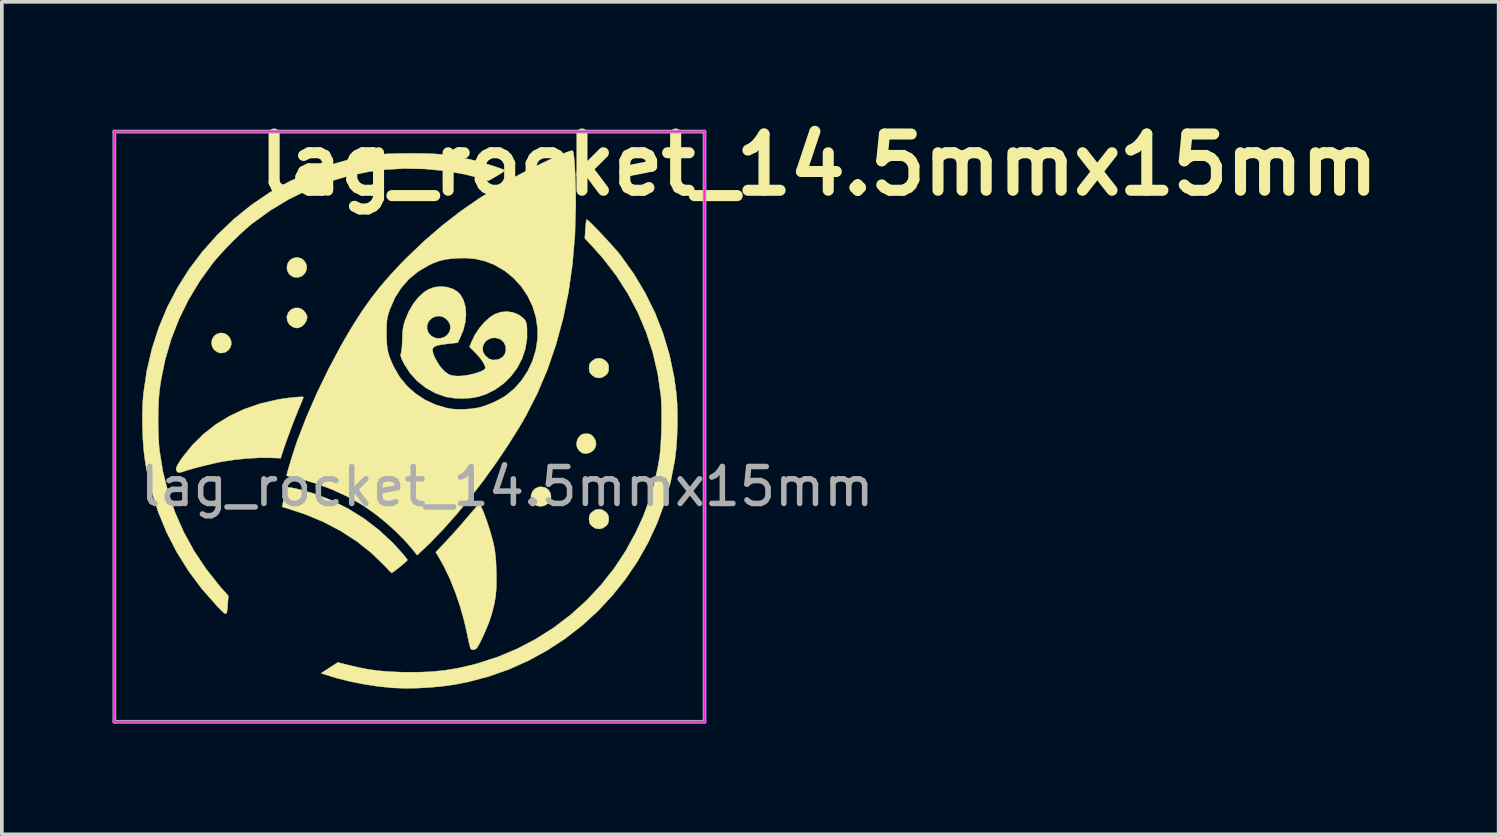
<source format=kicad_pcb>
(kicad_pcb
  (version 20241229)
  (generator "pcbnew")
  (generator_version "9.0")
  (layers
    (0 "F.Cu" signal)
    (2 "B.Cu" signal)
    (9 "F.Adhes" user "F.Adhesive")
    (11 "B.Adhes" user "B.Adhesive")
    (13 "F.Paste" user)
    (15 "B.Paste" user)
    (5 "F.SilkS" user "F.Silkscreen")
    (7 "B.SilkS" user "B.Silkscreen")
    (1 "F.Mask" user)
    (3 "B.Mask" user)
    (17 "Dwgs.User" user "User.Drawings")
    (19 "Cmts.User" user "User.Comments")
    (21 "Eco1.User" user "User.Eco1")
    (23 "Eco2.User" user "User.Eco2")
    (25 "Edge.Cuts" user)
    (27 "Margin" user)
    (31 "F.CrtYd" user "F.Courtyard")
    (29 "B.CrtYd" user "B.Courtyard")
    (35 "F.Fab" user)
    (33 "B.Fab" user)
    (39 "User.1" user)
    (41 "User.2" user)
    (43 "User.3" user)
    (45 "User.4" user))
  (footprint "lag_rocket_14.5mmx15mm"
    (layer "F.Cu")
    (at 8.05 8.518)
    (property "Reference" "lag_rocket_14.5mmx15mm" (at 11.1 -7.1 0) (layer "F.SilkS") (effects (font (size 1.524 1.524) (thickness 0.3))))
    (attr exclude_from_pos_files)
    (fp_poly (pts (xy 1.294 -2.12) (xy 1.363 -2.115) (xy 1.372 -2.113) (xy 1.499 -2.064) (xy 1.63 -1.977) (xy 1.751 -1.864) (xy 1.85 -1.736) (xy 1.877 -1.688) (xy 1.89 -1.653) (xy 1.875 -1.628) (xy 1.825 -1.604) (xy 1.798 -1.593) (xy 1.554 -1.524) (xy 1.311 -1.501) (xy 1.159 -1.5) (xy 1.003 -1.66) (xy 0.928 -1.746) (xy 0.86 -1.839) (xy 0.807 -1.929) (xy 0.772 -2.006) (xy 0.763 -2.059) (xy 0.769 -2.074) (xy 0.805 -2.087) (xy 0.879 -2.099) (xy 0.978 -2.109) (xy 1.089 -2.117) (xy 1.199 -2.121) (xy 1.294 -2.12)) (stroke (width 0.01) (type solid)) (fill yes) (layer "F.Mask"))
    (fp_poly (pts (xy -2.772 2.831) (xy -2.631 2.844) (xy -2.533 2.857) (xy -2.474 2.873) (xy -2.445 2.894) (xy -2.441 2.91) (xy -2.463 2.936) (xy -2.518 2.964) (xy -2.539 2.971) (xy -2.657 3.025) (xy -2.778 3.111) (xy -2.883 3.215) (xy -2.937 3.29) (xy -2.98 3.377) (xy -3.015 3.478) (xy -3.042 3.597) (xy -3.062 3.742) (xy -3.076 3.919) (xy -3.083 4.133) (xy -3.087 4.392) (xy -3.087 4.403) (xy -3.087 4.573) (xy -3.086 4.725) (xy -3.084 4.853) (xy -3.081 4.95) (xy -3.077 5.007) (xy -3.074 5.02) (xy -3.043 5.018) (xy -2.975 4.994) (xy -2.877 4.951) (xy -2.756 4.894) (xy -2.62 4.825) (xy -2.474 4.748) (xy -2.327 4.668) (xy -2.185 4.586) (xy -2.056 4.508) (xy -1.977 4.457) (xy -1.8 4.329) (xy -1.668 4.203) (xy -1.576 4.072) (xy -1.519 3.93) (xy -1.492 3.768) (xy -1.49 3.732) (xy -1.48 3.646) (xy -1.46 3.605) (xy -1.429 3.611) (xy -1.385 3.664) (xy -1.328 3.765) (xy -1.307 3.806) (xy -1.204 4.063) (xy -1.143 4.332) (xy -1.123 4.605) (xy -1.144 4.877) (xy -1.206 5.138) (xy -1.306 5.381) (xy -1.446 5.599) (xy -1.468 5.627) (xy -1.611 5.778) (xy -1.8 5.942) (xy -2.032 6.117) (xy -2.305 6.302) (xy -2.617 6.496) (xy -2.965 6.696) (xy -3.347 6.902) (xy -3.759 7.111) (xy -4.088 7.269) (xy -4.262 7.352) (xy -4.396 7.415) (xy -4.495 7.46) (xy -4.564 7.488) (xy -4.61 7.503) (xy -4.637 7.505) (xy -4.651 7.497) (xy -4.658 7.479) (xy -4.663 7.455) (xy -4.663 7.454) (xy -4.67 7.397) (xy -4.677 7.295) (xy -4.682 7.156) (xy -4.687 6.987) (xy -4.691 6.793) (xy -4.694 6.582) (xy -4.696 6.36) (xy -4.697 6.135) (xy -4.697 5.913) (xy -4.696 5.7) (xy -4.694 5.503) (xy -4.691 5.33) (xy -4.686 5.186) (xy -4.68 5.085) (xy -4.651 4.754) (xy -4.615 4.468) (xy -4.57 4.221) (xy -4.515 4.007) (xy -4.446 3.821) (xy -4.363 3.658) (xy -4.263 3.51) (xy -4.144 3.374) (xy -4.07 3.301) (xy -3.846 3.124) (xy -3.597 2.985) (xy -3.33 2.888) (xy -3.053 2.836) (xy -2.776 2.831) (xy -2.772 2.831)) (stroke (width 0.01) (type solid)) (fill yes) (layer "F.Mask"))
    (fp_poly (pts (xy -2.941 -4.566) (xy -2.863 -4.509) (xy -2.801 -4.417) (xy -2.781 -4.32) (xy -2.799 -4.226) (xy -2.847 -4.143) (xy -2.921 -4.081) (xy -3.013 -4.047) (xy -3.119 -4.052) (xy -3.165 -4.067) (xy -3.252 -4.126) (xy -3.305 -4.211) (xy -3.324 -4.309) (xy -3.308 -4.408) (xy -3.259 -4.496) (xy -3.176 -4.56) (xy -3.161 -4.567) (xy -3.047 -4.592) (xy -2.941 -4.566)) (stroke (width 0.01) (type solid)) (fill yes) (layer "F.SilkS"))
    (fp_poly (pts (xy 3.684 1.65) (xy 3.771 1.713) (xy 3.825 1.809) (xy 3.839 1.908) (xy 3.816 1.997) (xy 3.756 2.077) (xy 3.671 2.136) (xy 3.576 2.161) (xy 3.568 2.161) (xy 3.486 2.15) (xy 3.417 2.124) (xy 3.41 2.12) (xy 3.333 2.04) (xy 3.297 1.946) (xy 3.299 1.848) (xy 3.334 1.757) (xy 3.4 1.683) (xy 3.493 1.637) (xy 3.569 1.628) (xy 3.684 1.65)) (stroke (width 0.01) (type solid)) (fill yes) (layer "F.SilkS"))
    (fp_poly (pts (xy 4.874 0.196) (xy 4.93 0.221) (xy 4.985 0.274) (xy 5.047 0.375) (xy 5.061 0.482) (xy 5.027 0.586) (xy 4.99 0.636) (xy 4.903 0.7) (xy 4.801 0.729) (xy 4.7 0.718) (xy 4.688 0.714) (xy 4.6 0.651) (xy 4.545 0.562) (xy 4.528 0.458) (xy 4.55 0.353) (xy 4.6 0.274) (xy 4.656 0.22) (xy 4.712 0.196) (xy 4.793 0.191) (xy 4.874 0.196)) (stroke (width 0.01) (type solid)) (fill yes) (layer "F.SilkS"))
    (fp_poly (pts (xy -2.946 -3.202) (xy -2.874 -3.153) (xy -2.812 -3.079) (xy -2.776 -2.999) (xy -2.771 -2.966) (xy -2.792 -2.875) (xy -2.846 -2.785) (xy -2.919 -2.719) (xy -2.936 -2.71) (xy -3.013 -2.679) (xy -3.074 -2.675) (xy -3.146 -2.697) (xy -3.17 -2.707) (xy -3.255 -2.769) (xy -3.309 -2.862) (xy -3.325 -2.969) (xy -3.322 -2.995) (xy -3.282 -3.101) (xy -3.207 -3.177) (xy -3.11 -3.219) (xy -3 -3.219) (xy -2.946 -3.202)) (stroke (width 0.01) (type solid)) (fill yes) (layer "F.SilkS"))
    (fp_poly (pts (xy -5.02 -2.531) (xy -4.937 -2.485) (xy -4.873 -2.415) (xy -4.835 -2.327) (xy -4.829 -2.232) (xy -4.862 -2.138) (xy -4.905 -2.083) (xy -4.961 -2.036) (xy -5.008 -2.01) (xy -5.017 -2.009) (xy -5.076 -2.001) (xy -5.089 -1.997) (xy -5.134 -1.998) (xy -5.198 -2.018) (xy -5.203 -2.02) (xy -5.293 -2.083) (xy -5.348 -2.171) (xy -5.367 -2.27) (xy -5.349 -2.37) (xy -5.295 -2.458) (xy -5.22 -2.514) (xy -5.117 -2.544) (xy -5.02 -2.531)) (stroke (width 0.01) (type solid)) (fill yes) (layer "F.SilkS"))
    (fp_poly (pts (xy 5.226 -1.843) (xy 5.305 -1.795) (xy 5.32 -1.782) (xy 5.373 -1.726) (xy 5.397 -1.669) (xy 5.403 -1.589) (xy 5.397 -1.508) (xy 5.373 -1.451) (xy 5.32 -1.396) (xy 5.24 -1.341) (xy 5.154 -1.323) (xy 5.136 -1.322) (xy 5.046 -1.336) (xy 4.967 -1.383) (xy 4.952 -1.396) (xy 4.899 -1.452) (xy 4.875 -1.509) (xy 4.869 -1.589) (xy 4.875 -1.671) (xy 4.899 -1.727) (xy 4.952 -1.782) (xy 5.032 -1.837) (xy 5.118 -1.856) (xy 5.136 -1.856) (xy 5.226 -1.843)) (stroke (width 0.01) (type solid)) (fill yes) (layer "F.SilkS"))
    (fp_poly (pts (xy 5.226 2.251) (xy 5.305 2.299) (xy 5.32 2.312) (xy 5.373 2.368) (xy 5.397 2.424) (xy 5.403 2.504) (xy 5.397 2.586) (xy 5.373 2.642) (xy 5.32 2.697) (xy 5.24 2.752) (xy 5.154 2.771) (xy 5.136 2.771) (xy 5.046 2.758) (xy 4.967 2.71) (xy 4.952 2.697) (xy 4.899 2.641) (xy 4.875 2.585) (xy 4.869 2.504) (xy 4.875 2.423) (xy 4.899 2.367) (xy 4.952 2.312) (xy 5.032 2.257) (xy 5.118 2.238) (xy 5.136 2.237) (xy 5.226 2.251)) (stroke (width 0.01) (type solid)) (fill yes) (layer "F.SilkS"))
    (fp_poly (pts (xy -3.232 1.649) (xy -3.138 1.665) (xy -3.084 1.676) (xy -2.593 1.812) (xy -2.117 1.994) (xy -1.662 2.222) (xy -1.229 2.492) (xy -0.823 2.803) (xy -0.448 3.153) (xy -0.25 3.368) (xy -0.172 3.458) (xy -0.109 3.535) (xy -0.066 3.589) (xy -0.051 3.614) (xy -0.069 3.636) (xy -0.118 3.681) (xy -0.187 3.74) (xy -0.267 3.805) (xy -0.346 3.868) (xy -0.415 3.921) (xy -0.464 3.955) (xy -0.482 3.964) (xy -0.504 3.946) (xy -0.553 3.898) (xy -0.62 3.827) (xy -0.686 3.757) (xy -1.039 3.416) (xy -1.431 3.106) (xy -1.861 2.828) (xy -2.326 2.584) (xy -2.826 2.374) (xy -3.359 2.2) (xy -3.371 2.196) (xy -3.45 2.174) (xy -3.401 1.92) (xy -3.379 1.811) (xy -3.358 1.721) (xy -3.341 1.662) (xy -3.333 1.645) (xy -3.301 1.642) (xy -3.232 1.649)) (stroke (width 0.01) (type solid)) (fill yes) (layer "F.SilkS"))
    (fp_poly (pts (xy -2.883 -0.808) (xy -2.873 -0.803) (xy -2.882 -0.775) (xy -2.908 -0.71) (xy -2.946 -0.616) (xy -2.993 -0.503) (xy -3.003 -0.479) (xy -3.066 -0.324) (xy -3.138 -0.142) (xy -3.212 0.054) (xy -3.286 0.252) (xy -3.353 0.439) (xy -3.409 0.602) (xy -3.445 0.713) (xy -3.489 0.854) (xy -3.805 0.843) (xy -4.094 0.844) (xy -4.412 0.862) (xy -4.742 0.896) (xy -5.037 0.94) (xy -5.177 0.967) (xy -5.343 1.004) (xy -5.523 1.046) (xy -5.704 1.092) (xy -5.872 1.137) (xy -6.014 1.178) (xy -6.099 1.206) (xy -6.187 1.235) (xy -6.242 1.244) (xy -6.279 1.233) (xy -6.3 1.215) (xy -6.324 1.177) (xy -6.325 1.128) (xy -6.3 1.061) (xy -6.247 0.969) (xy -6.163 0.845) (xy -6.159 0.839) (xy -5.889 0.502) (xy -5.585 0.201) (xy -5.246 -0.064) (xy -4.876 -0.29) (xy -4.474 -0.478) (xy -4.044 -0.626) (xy -3.587 -0.733) (xy -3.509 -0.747) (xy -3.383 -0.766) (xy -3.253 -0.783) (xy -3.128 -0.796) (xy -3.019 -0.806) (xy -2.934 -0.81) (xy -2.883 -0.808)) (stroke (width 0.01) (type solid)) (fill yes) (layer "F.SilkS"))
    (fp_poly (pts (xy 1.97 2.225) (xy 2.034 2.38) (xy 2.102 2.568) (xy 2.169 2.773) (xy 2.229 2.975) (xy 2.277 3.16) (xy 2.289 3.216) (xy 2.314 3.351) (xy 2.333 3.498) (xy 2.346 3.671) (xy 2.355 3.879) (xy 2.357 3.941) (xy 2.36 4.189) (xy 2.354 4.401) (xy 2.337 4.591) (xy 2.307 4.774) (xy 2.263 4.963) (xy 2.209 5.149) (xy 2.17 5.266) (xy 2.118 5.401) (xy 2.058 5.543) (xy 1.996 5.682) (xy 1.935 5.81) (xy 1.88 5.915) (xy 1.836 5.987) (xy 1.818 6.01) (xy 1.757 6.046) (xy 1.695 6.045) (xy 1.66 6.019) (xy 1.647 5.984) (xy 1.627 5.908) (xy 1.602 5.803) (xy 1.576 5.679) (xy 1.57 5.644) (xy 1.481 5.252) (xy 1.369 4.859) (xy 1.238 4.476) (xy 1.091 4.113) (xy 0.933 3.782) (xy 0.803 3.551) (xy 0.712 3.402) (xy 0.97 3.131) (xy 1.087 3.005) (xy 1.221 2.858) (xy 1.356 2.706) (xy 1.475 2.568) (xy 1.484 2.557) (xy 1.58 2.445) (xy 1.671 2.338) (xy 1.749 2.247) (xy 1.806 2.182) (xy 1.822 2.164) (xy 1.902 2.073) (xy 1.97 2.225)) (stroke (width 0.01) (type solid)) (fill yes) (layer "F.SilkS"))
    (fp_poly (pts (xy 4.832 -5.601) (xy 4.887 -5.551) (xy 4.965 -5.475) (xy 5.059 -5.379) (xy 5.166 -5.269) (xy 5.277 -5.15) (xy 5.39 -5.029) (xy 5.496 -4.912) (xy 5.592 -4.805) (xy 5.671 -4.712) (xy 5.719 -4.653) (xy 6.08 -4.148) (xy 6.394 -3.623) (xy 6.661 -3.08) (xy 6.88 -2.518) (xy 7.052 -1.938) (xy 7.177 -1.339) (xy 7.237 -0.894) (xy 7.257 -0.633) (xy 7.266 -0.337) (xy 7.265 -0.024) (xy 7.253 0.291) (xy 7.232 0.591) (xy 7.201 0.862) (xy 7.196 0.9) (xy 7.082 1.489) (xy 6.921 2.061) (xy 6.717 2.612) (xy 6.471 3.142) (xy 6.185 3.648) (xy 5.861 4.127) (xy 5.501 4.578) (xy 5.107 4.999) (xy 4.682 5.388) (xy 4.226 5.742) (xy 3.743 6.059) (xy 3.235 6.338) (xy 2.702 6.577) (xy 2.148 6.772) (xy 1.575 6.923) (xy 1.229 6.99) (xy 0.91 7.035) (xy 0.572 7.068) (xy 0.23 7.087) (xy -0.1 7.093) (xy -0.403 7.083) (xy -0.496 7.077) (xy -0.878 7.036) (xy -1.261 6.977) (xy -1.631 6.902) (xy -1.973 6.816) (xy -2.107 6.775) (xy -2.396 6.683) (xy -2.169 6.537) (xy -1.942 6.39) (xy -1.613 6.472) (xy -1.349 6.533) (xy -1.101 6.58) (xy -0.853 6.614) (xy -0.592 6.637) (xy -0.301 6.651) (xy -0.161 6.655) (xy 0.25 6.656) (xy 0.626 6.639) (xy 0.984 6.601) (xy 1.338 6.541) (xy 1.702 6.457) (xy 1.834 6.422) (xy 2.387 6.244) (xy 2.92 6.021) (xy 3.43 5.754) (xy 3.914 5.446) (xy 4.371 5.098) (xy 4.797 4.714) (xy 5.19 4.294) (xy 5.548 3.842) (xy 5.867 3.359) (xy 6.138 2.862) (xy 6.334 2.436) (xy 6.493 2.017) (xy 6.623 1.588) (xy 6.726 1.137) (xy 6.778 0.847) (xy 6.796 0.705) (xy 6.81 0.524) (xy 6.822 0.314) (xy 6.83 0.088) (xy 6.835 -0.144) (xy 6.835 -0.369) (xy 6.831 -0.578) (xy 6.823 -0.759) (xy 6.815 -0.855) (xy 6.731 -1.437) (xy 6.599 -2.006) (xy 6.418 -2.559) (xy 6.192 -3.094) (xy 5.919 -3.609) (xy 5.603 -4.102) (xy 5.243 -4.57) (xy 4.956 -4.892) (xy 4.754 -5.105) (xy 4.771 -5.362) (xy 4.779 -5.469) (xy 4.789 -5.555) (xy 4.799 -5.607) (xy 4.805 -5.619) (xy 4.832 -5.601)) (stroke (width 0.01) (type solid)) (fill yes) (layer "F.SilkS"))
    (fp_poly (pts (xy 0.272 -7.409) (xy 0.504 -7.404) (xy 0.708 -7.395) (xy 0.895 -7.379) (xy 1.074 -7.356) (xy 1.259 -7.326) (xy 1.46 -7.286) (xy 1.6 -7.255) (xy 1.719 -7.227) (xy 1.854 -7.191) (xy 1.998 -7.151) (xy 2.143 -7.108) (xy 2.281 -7.065) (xy 2.403 -7.025) (xy 2.501 -6.99) (xy 2.567 -6.963) (xy 2.593 -6.947) (xy 2.593 -6.947) (xy 2.572 -6.927) (xy 2.516 -6.889) (xy 2.435 -6.838) (xy 2.368 -6.799) (xy 2.144 -6.67) (xy 2.032 -6.705) (xy 1.511 -6.841) (xy 0.969 -6.935) (xy 0.415 -6.988) (xy -0.143 -6.999) (xy -0.695 -6.967) (xy -1.092 -6.915) (xy -1.662 -6.797) (xy -2.221 -6.63) (xy -2.764 -6.416) (xy -3.288 -6.156) (xy -3.789 -5.852) (xy -4.266 -5.505) (xy -4.271 -5.501) (xy -4.425 -5.371) (xy -4.599 -5.212) (xy -4.782 -5.035) (xy -4.963 -4.85) (xy -5.132 -4.668) (xy -5.277 -4.501) (xy -5.334 -4.431) (xy -5.683 -3.95) (xy -5.987 -3.446) (xy -6.245 -2.921) (xy -6.457 -2.378) (xy -6.622 -1.818) (xy -6.738 -1.245) (xy -6.777 -0.969) (xy -6.795 -0.761) (xy -6.807 -0.518) (xy -6.812 -0.254) (xy -6.811 0.015) (xy -6.803 0.273) (xy -6.789 0.507) (xy -6.776 0.641) (xy -6.684 1.215) (xy -6.542 1.778) (xy -6.353 2.326) (xy -6.118 2.857) (xy -5.838 3.368) (xy -5.514 3.855) (xy -5.147 4.317) (xy -5.088 4.384) (xy -4.909 4.586) (xy -4.925 4.791) (xy -4.935 4.924) (xy -4.946 5.014) (xy -4.964 5.062) (xy -4.994 5.07) (xy -5.042 5.037) (xy -5.115 4.967) (xy -5.218 4.859) (xy -5.221 4.856) (xy -5.626 4.398) (xy -5.988 3.913) (xy -6.307 3.402) (xy -6.582 2.868) (xy -6.811 2.312) (xy -6.994 1.736) (xy -7.13 1.142) (xy -7.171 0.9) (xy -7.204 0.627) (xy -7.227 0.321) (xy -7.239 -0.002) (xy -7.241 -0.325) (xy -7.232 -0.632) (xy -7.211 -0.903) (xy -7.121 -1.512) (xy -6.984 -2.103) (xy -6.8 -2.676) (xy -6.57 -3.229) (xy -6.295 -3.759) (xy -5.976 -4.266) (xy -5.613 -4.747) (xy -5.207 -5.202) (xy -5.2 -5.209) (xy -4.752 -5.635) (xy -4.279 -6.017) (xy -3.781 -6.355) (xy -3.257 -6.648) (xy -2.708 -6.898) (xy -2.133 -7.103) (xy -1.716 -7.22) (xy -1.479 -7.277) (xy -1.26 -7.322) (xy -1.048 -7.356) (xy -0.832 -7.38) (xy -0.6 -7.397) (xy -0.342 -7.406) (xy -0.046 -7.41) (xy 0 -7.41) (xy 0.272 -7.409)) (stroke (width 0.01) (type solid)) (fill yes) (layer "F.SilkS"))
    (fp_poly (pts (xy 1.02 -3.785) (xy 1.175 -3.736) (xy 1.306 -3.657) (xy 1.382 -3.58) (xy 1.468 -3.427) (xy 1.518 -3.245) (xy 1.533 -3.043) (xy 1.513 -2.829) (xy 1.457 -2.61) (xy 1.366 -2.394) (xy 1.365 -2.391) (xy 1.306 -2.277) (xy 1.037 -2.247) (xy 0.878 -2.226) (xy 0.764 -2.204) (xy 0.688 -2.176) (xy 0.644 -2.141) (xy 0.627 -2.096) (xy 0.626 -2.07) (xy 0.644 -1.984) (xy 0.688 -1.875) (xy 0.751 -1.758) (xy 0.823 -1.647) (xy 0.871 -1.588) (xy 0.97 -1.486) (xy 1.061 -1.421) (xy 1.16 -1.386) (xy 1.282 -1.374) (xy 1.327 -1.373) (xy 1.451 -1.38) (xy 1.584 -1.399) (xy 1.717 -1.428) (xy 1.84 -1.463) (xy 1.944 -1.502) (xy 2.02 -1.542) (xy 2.057 -1.58) (xy 2.059 -1.59) (xy 2.041 -1.664) (xy 1.989 -1.76) (xy 1.91 -1.869) (xy 1.811 -1.982) (xy 1.79 -2.003) (xy 1.676 -2.117) (xy 1.981 -2.117) (xy 2 -2.017) (xy 2.051 -1.932) (xy 2.15 -1.845) (xy 2.262 -1.808) (xy 2.388 -1.819) (xy 2.453 -1.841) (xy 2.541 -1.902) (xy 2.596 -1.989) (xy 2.616 -2.091) (xy 2.603 -2.195) (xy 2.557 -2.289) (xy 2.477 -2.363) (xy 2.451 -2.377) (xy 2.335 -2.41) (xy 2.226 -2.403) (xy 2.129 -2.363) (xy 2.052 -2.298) (xy 2.001 -2.213) (xy 1.981 -2.117) (xy 1.676 -2.117) (xy 1.629 -2.164) (xy 1.681 -2.296) (xy 1.774 -2.489) (xy 1.896 -2.673) (xy 2.036 -2.837) (xy 2.187 -2.971) (xy 2.313 -3.051) (xy 2.475 -3.107) (xy 2.646 -3.122) (xy 2.814 -3.097) (xy 2.968 -3.033) (xy 3.074 -2.953) (xy 3.126 -2.9) (xy 3.156 -2.851) (xy 3.174 -2.79) (xy 3.185 -2.699) (xy 3.187 -2.677) (xy 3.188 -2.39) (xy 3.142 -2.111) (xy 3.053 -1.845) (xy 2.923 -1.596) (xy 2.757 -1.371) (xy 2.558 -1.173) (xy 2.329 -1.008) (xy 2.075 -0.881) (xy 1.866 -0.813) (xy 1.663 -0.777) (xy 1.438 -0.764) (xy 1.213 -0.773) (xy 1.007 -0.805) (xy 0.975 -0.813) (xy 0.7 -0.911) (xy 0.445 -1.053) (xy 0.216 -1.233) (xy 0.019 -1.448) (xy -0.139 -1.693) (xy -0.164 -1.742) (xy -0.21 -1.837) (xy -0.234 -1.902) (xy -0.239 -1.948) (xy -0.23 -1.99) (xy -0.227 -1.999) (xy -0.215 -2.053) (xy -0.205 -2.145) (xy -0.196 -2.261) (xy -0.192 -2.377) (xy -0.187 -2.524) (xy -0.178 -2.638) (xy -0.176 -2.648) (xy 0.478 -2.648) (xy 0.517 -2.544) (xy 0.596 -2.456) (xy 0.61 -2.446) (xy 0.721 -2.399) (xy 0.841 -2.396) (xy 0.955 -2.434) (xy 1.018 -2.48) (xy 1.086 -2.573) (xy 1.112 -2.671) (xy 1.1 -2.768) (xy 1.056 -2.856) (xy 0.988 -2.928) (xy 0.901 -2.979) (xy 0.801 -3) (xy 0.694 -2.985) (xy 0.608 -2.942) (xy 0.524 -2.859) (xy 0.48 -2.757) (xy 0.478 -2.648) (xy -0.176 -2.648) (xy -0.161 -2.734) (xy -0.135 -2.831) (xy -0.117 -2.886) (xy -0.017 -3.125) (xy 0.107 -3.337) (xy 0.25 -3.517) (xy 0.408 -3.657) (xy 0.529 -3.73) (xy 0.686 -3.784) (xy 0.853 -3.801) (xy 1.02 -3.785)) (stroke (width 0.01) (type solid)) (fill yes) (layer "F.SilkS"))
    (fp_poly (pts (xy 4.426 -7.482) (xy 4.441 -7.442) (xy 4.455 -7.357) (xy 4.469 -7.231) (xy 4.481 -7.072) (xy 4.491 -6.885) (xy 4.499 -6.675) (xy 4.505 -6.449) (xy 4.509 -6.211) (xy 4.51 -6.013) (xy 4.487 -5.206) (xy 4.422 -4.423) (xy 4.315 -3.666) (xy 4.166 -2.935) (xy 3.975 -2.231) (xy 3.743 -1.554) (xy 3.469 -0.906) (xy 3.153 -0.287) (xy 2.987 0) (xy 2.673 0.501) (xy 2.34 0.995) (xy 1.994 1.476) (xy 1.638 1.938) (xy 1.279 2.374) (xy 0.921 2.777) (xy 0.569 3.141) (xy 0.392 3.312) (xy 0.209 3.483) (xy 0.061 3.299) (xy -0.145 3.064) (xy -0.386 2.824) (xy -0.651 2.588) (xy -0.927 2.366) (xy -1.203 2.171) (xy -1.349 2.079) (xy -1.711 1.88) (xy -2.097 1.703) (xy -2.493 1.553) (xy -2.885 1.435) (xy -3.172 1.371) (xy -3.254 1.353) (xy -3.311 1.335) (xy -3.331 1.323) (xy -3.323 1.287) (xy -3.303 1.212) (xy -3.273 1.107) (xy -3.235 0.981) (xy -3.193 0.845) (xy -3.149 0.706) (xy -3.107 0.575) (xy -3.069 0.46) (xy -3.042 0.381) (xy -2.795 -0.256) (xy -2.511 -0.908) (xy -2.195 -1.56) (xy -1.853 -2.202) (xy -1.765 -2.356) (xy -1.655 -2.543) (xy -0.621 -2.543) (xy -0.618 -2.343) (xy -0.606 -2.18) (xy -0.582 -2.036) (xy -0.542 -1.899) (xy -0.484 -1.751) (xy -0.42 -1.615) (xy -0.263 -1.345) (xy -0.066 -1.105) (xy 0.165 -0.898) (xy 0.427 -0.727) (xy 0.713 -0.594) (xy 1.019 -0.505) (xy 1.132 -0.484) (xy 1.279 -0.472) (xy 1.454 -0.472) (xy 1.639 -0.483) (xy 1.812 -0.506) (xy 1.907 -0.525) (xy 2.053 -0.57) (xy 2.221 -0.636) (xy 2.39 -0.715) (xy 2.542 -0.798) (xy 2.61 -0.842) (xy 2.84 -1.03) (xy 3.039 -1.254) (xy 3.206 -1.508) (xy 3.335 -1.784) (xy 3.425 -2.076) (xy 3.472 -2.377) (xy 3.474 -2.657) (xy 3.429 -2.967) (xy 3.338 -3.265) (xy 3.204 -3.545) (xy 3.031 -3.802) (xy 2.823 -4.03) (xy 2.584 -4.225) (xy 2.316 -4.381) (xy 2.277 -4.4) (xy 2.039 -4.491) (xy 1.799 -4.547) (xy 1.541 -4.571) (xy 1.348 -4.57) (xy 1.141 -4.556) (xy 0.967 -4.533) (xy 0.811 -4.494) (xy 0.654 -4.436) (xy 0.515 -4.372) (xy 0.237 -4.208) (xy -0.008 -4.007) (xy -0.218 -3.77) (xy -0.391 -3.5) (xy -0.523 -3.201) (xy -0.54 -3.154) (xy -0.572 -3.054) (xy -0.594 -2.971) (xy -0.608 -2.893) (xy -0.616 -2.804) (xy -0.62 -2.693) (xy -0.621 -2.544) (xy -0.621 -2.543) (xy -1.655 -2.543) (xy -1.527 -2.758) (xy -1.293 -3.123) (xy -1.056 -3.459) (xy -0.806 -3.78) (xy -0.536 -4.095) (xy -0.237 -4.415) (xy -0.052 -4.602) (xy 0.416 -5.048) (xy 0.893 -5.459) (xy 1.388 -5.842) (xy 1.912 -6.204) (xy 2.473 -6.552) (xy 2.67 -6.666) (xy 2.835 -6.758) (xy 3.015 -6.854) (xy 3.204 -6.952) (xy 3.398 -7.049) (xy 3.59 -7.142) (xy 3.775 -7.229) (xy 3.948 -7.308) (xy 4.102 -7.375) (xy 4.232 -7.429) (xy 4.334 -7.466) (xy 4.401 -7.484) (xy 4.426 -7.482)) (stroke (width 0.01) (type solid)) (fill yes) (layer "F.SilkS"))
    (fp_line (start -8 -8) (end 8 -8) (stroke (width 0.05) (type solid)) (layer "F.CrtYd"))
    (fp_line (start -8 8) (end -8 -8) (stroke (width 0.05) (type solid)) (layer "F.CrtYd"))
    (fp_line (start 8 -8) (end 8 8) (stroke (width 0.05) (type solid)) (layer "F.CrtYd"))
    (fp_line (start 8 8) (end -8 8) (stroke (width 0.05) (type solid)) (layer "F.CrtYd"))
    (fp_line (start -8 -8) (end 8 -8) (stroke (width 0.1) (type solid)) (layer "F.Fab"))
    (fp_line (start -8 8) (end -8 -8) (stroke (width 0.1) (type solid)) (layer "F.Fab"))
    (fp_line (start 8 -8) (end 8 8) (stroke (width 0.1) (type solid)) (layer "F.Fab"))
    (fp_line (start 8 8) (end -8 8) (stroke (width 0.1) (type solid)) (layer "F.Fab"))
    (fp_text user "${REFERENCE}" (at 2.65 1.625 0) (layer "F.Fab") (effects (font (size 1 1) (thickness 0.15)))))
  (gr_rect
    (start -3 -3)
    (end 37.579 19.568)
    (stroke (width 0.1) (type default))
    (fill no)
    (layer "Edge.Cuts")))
</source>
